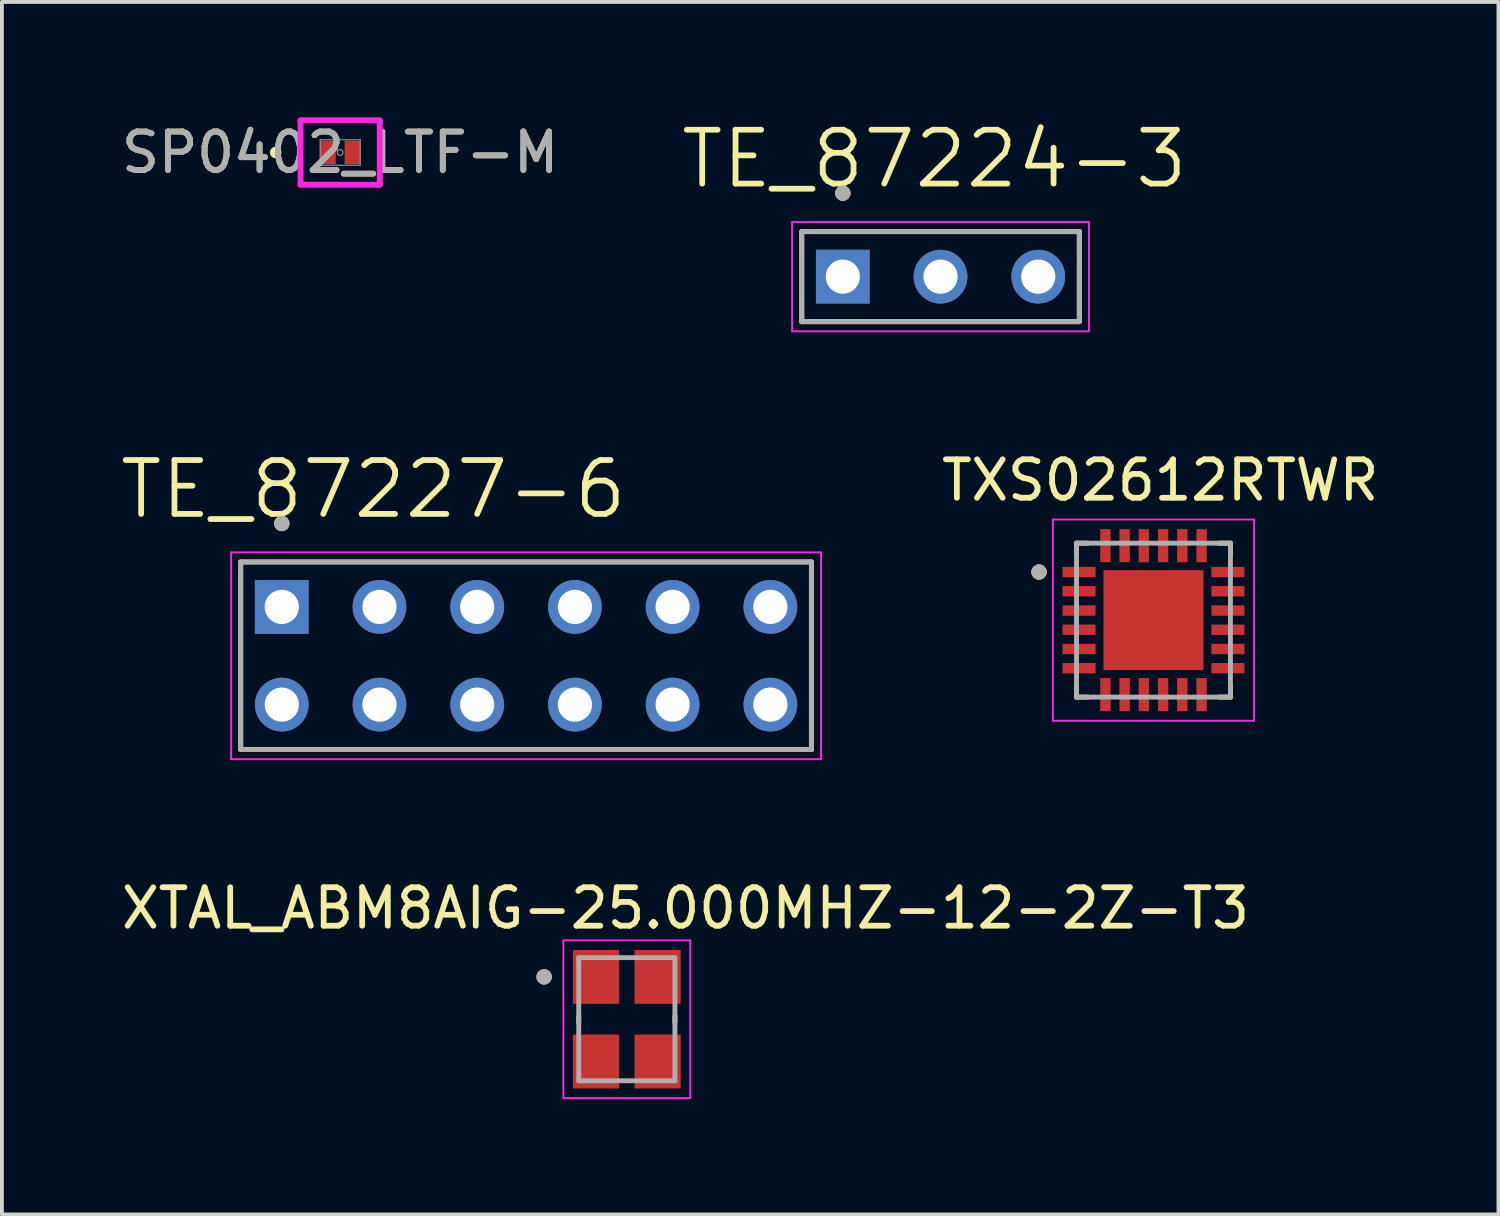
<source format=kicad_pcb>
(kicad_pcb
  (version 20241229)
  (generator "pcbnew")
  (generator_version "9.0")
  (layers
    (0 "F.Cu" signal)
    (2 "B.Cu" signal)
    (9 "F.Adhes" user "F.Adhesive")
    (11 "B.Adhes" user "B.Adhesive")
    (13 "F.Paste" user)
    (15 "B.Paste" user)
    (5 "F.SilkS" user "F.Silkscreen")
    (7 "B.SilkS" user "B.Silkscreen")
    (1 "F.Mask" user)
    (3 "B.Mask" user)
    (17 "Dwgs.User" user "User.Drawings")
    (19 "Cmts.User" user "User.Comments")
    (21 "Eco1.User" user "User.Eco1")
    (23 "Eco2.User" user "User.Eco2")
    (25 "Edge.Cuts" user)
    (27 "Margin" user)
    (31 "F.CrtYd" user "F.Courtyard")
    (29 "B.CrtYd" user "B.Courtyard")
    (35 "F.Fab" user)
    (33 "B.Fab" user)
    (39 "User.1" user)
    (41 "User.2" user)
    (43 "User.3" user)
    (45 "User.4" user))
  (footprint "TE_87227-6"
    (layer "F.Cu")
    (at 10.624 13.995)
    (property "Reference" "TE_87227-6" (at -3.972 -4.327 0) (layer "F.SilkS") (effects (font (size 1.4 1.4) (thickness 0.15))))
    (attr through_hole)
    (fp_line (start -7.417 -2.438) (end 7.417 -2.438) (stroke (width 0.127) (type solid)) (layer "F.SilkS"))
    (fp_line (start -7.417 2.438) (end -7.417 -2.438) (stroke (width 0.127) (type solid)) (layer "F.SilkS"))
    (fp_line (start 7.417 -2.438) (end 7.417 2.438) (stroke (width 0.127) (type solid)) (layer "F.SilkS"))
    (fp_line (start 7.417 2.438) (end -7.417 2.438) (stroke (width 0.127) (type solid)) (layer "F.SilkS"))
    (fp_circle (center -6.35 -3.438) (end -6.25 -3.438) (stroke (width 0.2) (type solid)) (fill no) (layer "F.SilkS"))
    (fp_line (start -7.667 -2.688) (end 7.667 -2.688) (stroke (width 0.05) (type solid)) (layer "F.CrtYd"))
    (fp_line (start -7.667 2.688) (end -7.667 -2.688) (stroke (width 0.05) (type solid)) (layer "F.CrtYd"))
    (fp_line (start 7.667 -2.688) (end 7.667 2.688) (stroke (width 0.05) (type solid)) (layer "F.CrtYd"))
    (fp_line (start 7.667 2.688) (end -7.667 2.688) (stroke (width 0.05) (type solid)) (layer "F.CrtYd"))
    (fp_line (start -7.417 -2.438) (end 7.417 -2.438) (stroke (width 0.127) (type solid)) (layer "F.Fab"))
    (fp_line (start -7.417 2.438) (end -7.417 -2.438) (stroke (width 0.127) (type solid)) (layer "F.Fab"))
    (fp_line (start 7.417 -2.438) (end 7.417 2.438) (stroke (width 0.127) (type solid)) (layer "F.Fab"))
    (fp_line (start 7.417 2.438) (end -7.417 2.438) (stroke (width 0.127) (type solid)) (layer "F.Fab"))
    (fp_circle (center -6.35 -3.438) (end -6.25 -3.438) (stroke (width 0.2) (type solid)) (fill no) (layer "F.Fab"))
    (pad "1" thru_hole rect (at -6.35 -1.27) (size 1.397 1.397) (drill 0.889) (layers "*.Cu" "*.Mask"))
    (pad "2" thru_hole circle (at -3.81 -1.27) (size 1.397 1.397) (drill 0.889) (layers "*.Cu" "*.Mask"))
    (pad "3" thru_hole circle (at -1.27 -1.27) (size 1.397 1.397) (drill 0.889) (layers "*.Cu" "*.Mask"))
    (pad "4" thru_hole circle (at 1.27 -1.27) (size 1.397 1.397) (drill 0.889) (layers "*.Cu" "*.Mask"))
    (pad "5" thru_hole circle (at 3.81 -1.27) (size 1.397 1.397) (drill 0.889) (layers "*.Cu" "*.Mask"))
    (pad "6" thru_hole circle (at 6.35 -1.27) (size 1.397 1.397) (drill 0.889) (layers "*.Cu" "*.Mask"))
    (pad "7" thru_hole circle (at -6.35 1.27) (size 1.397 1.397) (drill 0.889) (layers "*.Cu" "*.Mask"))
    (pad "8" thru_hole circle (at -3.81 1.27) (size 1.397 1.397) (drill 0.889) (layers "*.Cu" "*.Mask"))
    (pad "9" thru_hole circle (at -1.27 1.27) (size 1.397 1.397) (drill 0.889) (layers "*.Cu" "*.Mask"))
    (pad "10" thru_hole circle (at 1.27 1.27) (size 1.397 1.397) (drill 0.889) (layers "*.Cu" "*.Mask"))
    (pad "11" thru_hole circle (at 3.81 1.27) (size 1.397 1.397) (drill 0.889) (layers "*.Cu" "*.Mask"))
    (pad "12" thru_hole circle (at 6.35 1.27) (size 1.397 1.397) (drill 0.889) (layers "*.Cu" "*.Mask")))
  (footprint "SP0402_LTF-M"
    (layer "F.Cu")
    (at 5.792 0.914)
    (property "Reference" "SP0402_LTF-M" (at 0 0 0) (unlocked yes) (layer "F.SilkS") (effects (font (size 1 1) (thickness 0.15))))
    (attr smd)
    (fp_circle (center -1.676 0) (end -1.6 0) (stroke (width 0.152) (type solid)) (fill no) (layer "F.SilkS"))
    (fp_line (start -1.029 -0.838) (end 1.029 -0.838) (stroke (width 0.152) (type solid)) (layer "F.CrtYd"))
    (fp_line (start -1.029 -0.813) (end -1.029 -0.838) (stroke (width 0.152) (type solid)) (layer "F.CrtYd"))
    (fp_line (start -1.029 -0.813) (end -1.029 -0.813) (stroke (width 0.152) (type solid)) (layer "F.CrtYd"))
    (fp_line (start -1.029 0.813) (end -1.029 -0.813) (stroke (width 0.152) (type solid)) (layer "F.CrtYd"))
    (fp_line (start -1.029 0.813) (end -1.029 0.813) (stroke (width 0.152) (type solid)) (layer "F.CrtYd"))
    (fp_line (start -1.029 0.838) (end -1.029 0.813) (stroke (width 0.152) (type solid)) (layer "F.CrtYd"))
    (fp_line (start 1.029 -0.838) (end 1.029 -0.813) (stroke (width 0.152) (type solid)) (layer "F.CrtYd"))
    (fp_line (start 1.029 -0.813) (end 1.029 -0.813) (stroke (width 0.152) (type solid)) (layer "F.CrtYd"))
    (fp_line (start 1.029 -0.813) (end 1.029 0.813) (stroke (width 0.152) (type solid)) (layer "F.CrtYd"))
    (fp_line (start 1.029 0.813) (end 1.029 0.813) (stroke (width 0.152) (type solid)) (layer "F.CrtYd"))
    (fp_line (start 1.029 0.813) (end 1.029 0.838) (stroke (width 0.152) (type solid)) (layer "F.CrtYd"))
    (fp_line (start 1.029 0.838) (end -1.029 0.838) (stroke (width 0.152) (type solid)) (layer "F.CrtYd"))
    (fp_line (start -0.521 -0.33) (end -0.521 0.33) (stroke (width 0.025) (type solid)) (layer "F.Fab"))
    (fp_line (start -0.521 0.33) (end 0.521 0.33) (stroke (width 0.025) (type solid)) (layer "F.Fab"))
    (fp_line (start 0.521 -0.33) (end -0.521 -0.33) (stroke (width 0.025) (type solid)) (layer "F.Fab"))
    (fp_line (start 0.521 0.33) (end 0.521 -0.33) (stroke (width 0.025) (type solid)) (layer "F.Fab"))
    (fp_circle (center 0 0) (end 0.076 0) (stroke (width 0.025) (type solid)) (fill no) (layer "F.Fab"))
    (fp_text user "${REFERENCE}" (at 0 0 0) (unlocked yes) (layer "F.Fab") (effects (font (size 1 1) (thickness 0.15))))
    (pad "1" smd rect (at -0.318 0) (size 0.406 0.61) (layers "F.Cu" "F.Mask" "F.Paste"))
    (pad "2" smd rect (at 0.318 0) (size 0.406 0.61) (layers "F.Cu" "F.Mask" "F.Paste")))
  (footprint "TXS02612RTWR"
    (layer "F.Cu")
    (at 26.932 13.069)
    (property "Reference" "TXS02612RTWR" (at 0.175 -3.635 0) (layer "F.SilkS") (effects (font (size 1 1) (thickness 0.15))))
    (attr smd)
    (fp_line (start -2 -2) (end -2 -1.705) (stroke (width 0.127) (type solid)) (layer "F.SilkS"))
    (fp_line (start -2 -2) (end -1.705 -2) (stroke (width 0.127) (type solid)) (layer "F.SilkS"))
    (fp_line (start -2 2) (end -2 1.705) (stroke (width 0.127) (type solid)) (layer "F.SilkS"))
    (fp_line (start -2 2) (end -1.705 2) (stroke (width 0.127) (type solid)) (layer "F.SilkS"))
    (fp_line (start 2 -2) (end 1.705 -2) (stroke (width 0.127) (type solid)) (layer "F.SilkS"))
    (fp_line (start 2 -2) (end 2 -1.705) (stroke (width 0.127) (type solid)) (layer "F.SilkS"))
    (fp_line (start 2 2) (end 1.705 2) (stroke (width 0.127) (type solid)) (layer "F.SilkS"))
    (fp_line (start 2 2) (end 2 1.705) (stroke (width 0.127) (type solid)) (layer "F.SilkS"))
    (fp_circle (center -2.975 -1.25) (end -2.875 -1.25) (stroke (width 0.2) (type solid)) (fill no) (layer "F.SilkS"))
    (fp_poly (pts (xy -0.82 -0.82) (xy 0.82 -0.82) (xy 0.82 0.82) (xy -0.82 0.82)) (stroke (width 0.01) (type solid)) (fill yes) (layer "F.Paste"))
    (fp_line (start -2.615 -2.615) (end 2.615 -2.615) (stroke (width 0.05) (type solid)) (layer "F.CrtYd"))
    (fp_line (start -2.615 2.615) (end -2.615 -2.615) (stroke (width 0.05) (type solid)) (layer "F.CrtYd"))
    (fp_line (start -2.615 2.615) (end 2.615 2.615) (stroke (width 0.05) (type solid)) (layer "F.CrtYd"))
    (fp_line (start 2.615 2.615) (end 2.615 -2.615) (stroke (width 0.05) (type solid)) (layer "F.CrtYd"))
    (fp_line (start -2 2) (end -2 -2) (stroke (width 0.127) (type solid)) (layer "F.Fab"))
    (fp_line (start 2 -2) (end -2 -2) (stroke (width 0.127) (type solid)) (layer "F.Fab"))
    (fp_line (start 2 2) (end -2 2) (stroke (width 0.127) (type solid)) (layer "F.Fab"))
    (fp_line (start 2 2) (end 2 -2) (stroke (width 0.127) (type solid)) (layer "F.Fab"))
    (fp_circle (center -2.975 -1.25) (end -2.875 -1.25) (stroke (width 0.2) (type solid)) (fill no) (layer "F.Fab"))
    (pad "1" smd roundrect (at -1.935 -1.25) (size 0.86 0.27) (layers "F.Cu" "F.Mask" "F.Paste") (roundrect_rratio 0.03))
    (pad "2" smd roundrect (at -1.935 -0.75) (size 0.86 0.27) (layers "F.Cu" "F.Mask" "F.Paste") (roundrect_rratio 0.03))
    (pad "3" smd roundrect (at -1.935 -0.25) (size 0.86 0.27) (layers "F.Cu" "F.Mask" "F.Paste") (roundrect_rratio 0.03))
    (pad "4" smd roundrect (at -1.935 0.25) (size 0.86 0.27) (layers "F.Cu" "F.Mask" "F.Paste") (roundrect_rratio 0.03))
    (pad "5" smd roundrect (at -1.935 0.75) (size 0.86 0.27) (layers "F.Cu" "F.Mask" "F.Paste") (roundrect_rratio 0.03))
    (pad "6" smd roundrect (at -1.935 1.25) (size 0.86 0.27) (layers "F.Cu" "F.Mask" "F.Paste") (roundrect_rratio 0.03))
    (pad "7" smd roundrect (at -1.25 1.935 90) (size 0.86 0.27) (layers "F.Cu" "F.Mask" "F.Paste") (roundrect_rratio 0.03))
    (pad "8" smd roundrect (at -0.75 1.935 90) (size 0.86 0.27) (layers "F.Cu" "F.Mask" "F.Paste") (roundrect_rratio 0.03))
    (pad "9" smd roundrect (at -0.25 1.935 90) (size 0.86 0.27) (layers "F.Cu" "F.Mask" "F.Paste") (roundrect_rratio 0.03))
    (pad "10" smd roundrect (at 0.25 1.935 90) (size 0.86 0.27) (layers "F.Cu" "F.Mask" "F.Paste") (roundrect_rratio 0.03))
    (pad "11" smd roundrect (at 0.75 1.935 90) (size 0.86 0.27) (layers "F.Cu" "F.Mask" "F.Paste") (roundrect_rratio 0.03))
    (pad "12" smd roundrect (at 1.25 1.935 90) (size 0.86 0.27) (layers "F.Cu" "F.Mask" "F.Paste") (roundrect_rratio 0.03))
    (pad "13" smd roundrect (at 1.935 1.25) (size 0.86 0.27) (layers "F.Cu" "F.Mask" "F.Paste") (roundrect_rratio 0.03))
    (pad "14" smd roundrect (at 1.935 0.75) (size 0.86 0.27) (layers "F.Cu" "F.Mask" "F.Paste") (roundrect_rratio 0.03))
    (pad "15" smd roundrect (at 1.935 0.25) (size 0.86 0.27) (layers "F.Cu" "F.Mask" "F.Paste") (roundrect_rratio 0.03))
    (pad "16" smd roundrect (at 1.935 -0.25) (size 0.86 0.27) (layers "F.Cu" "F.Mask" "F.Paste") (roundrect_rratio 0.03))
    (pad "17" smd roundrect (at 1.935 -0.75) (size 0.86 0.27) (layers "F.Cu" "F.Mask" "F.Paste") (roundrect_rratio 0.03))
    (pad "18" smd roundrect (at 1.935 -1.25) (size 0.86 0.27) (layers "F.Cu" "F.Mask" "F.Paste") (roundrect_rratio 0.03))
    (pad "19" smd roundrect (at 1.25 -1.935 90) (size 0.86 0.27) (layers "F.Cu" "F.Mask" "F.Paste") (roundrect_rratio 0.03))
    (pad "20" smd roundrect (at 0.75 -1.935 90) (size 0.86 0.27) (layers "F.Cu" "F.Mask" "F.Paste") (roundrect_rratio 0.03))
    (pad "21" smd roundrect (at 0.25 -1.935 90) (size 0.86 0.27) (layers "F.Cu" "F.Mask" "F.Paste") (roundrect_rratio 0.03))
    (pad "22" smd roundrect (at -0.25 -1.935 90) (size 0.86 0.27) (layers "F.Cu" "F.Mask" "F.Paste") (roundrect_rratio 0.03))
    (pad "23" smd roundrect (at -0.75 -1.935 90) (size 0.86 0.27) (layers "F.Cu" "F.Mask" "F.Paste") (roundrect_rratio 0.03))
    (pad "24" smd roundrect (at -1.25 -1.935 90) (size 0.86 0.27) (layers "F.Cu" "F.Mask" "F.Paste") (roundrect_rratio 0.03))
    (pad "25" smd rect (at 0 0) (size 2.6 2.6) (layers "F.Cu" "F.Mask")))
  (footprint "TE_87224-3"
    (layer "F.Cu")
    (at 21.397 4.141)
    (property "Reference" "TE_87224-3" (at -0.162 -3.059 0) (layer "F.SilkS") (effects (font (size 1.4 1.4) (thickness 0.15))))
    (attr through_hole)
    (fp_line (start -3.607 -1.17) (end 3.607 -1.17) (stroke (width 0.127) (type solid)) (layer "F.SilkS"))
    (fp_line (start -3.607 1.17) (end -3.607 -1.17) (stroke (width 0.127) (type solid)) (layer "F.SilkS"))
    (fp_line (start 3.607 -1.17) (end 3.607 1.17) (stroke (width 0.127) (type solid)) (layer "F.SilkS"))
    (fp_line (start 3.607 1.17) (end -3.607 1.17) (stroke (width 0.127) (type solid)) (layer "F.SilkS"))
    (fp_circle (center -2.54 -2.17) (end -2.44 -2.17) (stroke (width 0.2) (type solid)) (fill no) (layer "F.SilkS"))
    (fp_line (start -3.857 -1.42) (end 3.857 -1.42) (stroke (width 0.05) (type solid)) (layer "F.CrtYd"))
    (fp_line (start -3.857 1.42) (end -3.857 -1.42) (stroke (width 0.05) (type solid)) (layer "F.CrtYd"))
    (fp_line (start 3.857 -1.42) (end 3.857 1.42) (stroke (width 0.05) (type solid)) (layer "F.CrtYd"))
    (fp_line (start 3.857 1.42) (end -3.857 1.42) (stroke (width 0.05) (type solid)) (layer "F.CrtYd"))
    (fp_line (start -3.607 -1.17) (end 3.607 -1.17) (stroke (width 0.127) (type solid)) (layer "F.Fab"))
    (fp_line (start -3.607 1.17) (end -3.607 -1.17) (stroke (width 0.127) (type solid)) (layer "F.Fab"))
    (fp_line (start 3.607 -1.17) (end 3.607 1.17) (stroke (width 0.127) (type solid)) (layer "F.Fab"))
    (fp_line (start 3.607 1.17) (end -3.607 1.17) (stroke (width 0.127) (type solid)) (layer "F.Fab"))
    (fp_circle (center -2.54 -2.17) (end -2.44 -2.17) (stroke (width 0.2) (type solid)) (fill no) (layer "F.Fab"))
    (pad "1" thru_hole rect (at -2.54 0) (size 1.397 1.397) (drill 0.889) (layers "*.Cu" "*.Mask"))
    (pad "2" thru_hole circle (at 0 0) (size 1.397 1.397) (drill 0.889) (layers "*.Cu" "*.Mask"))
    (pad "3" thru_hole circle (at 2.54 0) (size 1.397 1.397) (drill 0.889) (layers "*.Cu" "*.Mask")))
  (footprint "XTAL_ABM8AIG-25.000MHZ-12-2Z-T3"
    (layer "F.Cu")
    (at 13.243 23.442)
    (property "Reference" "XTAL_ABM8AIG-25.000MHZ-12-2Z-T3" (at 1.525 -2.885 0) (layer "F.SilkS") (effects (font (size 1 1) (thickness 0.15))))
    (attr smd)
    (fp_line (start -1.25 -0.08) (end -1.25 0.08) (stroke (width 0.127) (type solid)) (layer "F.SilkS"))
    (fp_line (start 1.25 -0.08) (end 1.25 0.08) (stroke (width 0.127) (type solid)) (layer "F.SilkS"))
    (fp_circle (center -2.15 -1.1) (end -2.05 -1.1) (stroke (width 0.2) (type solid)) (fill no) (layer "F.SilkS"))
    (fp_line (start -1.65 -2.05) (end -1.65 2.05) (stroke (width 0.05) (type solid)) (layer "F.CrtYd"))
    (fp_line (start -1.65 -2.05) (end 1.65 -2.05) (stroke (width 0.05) (type solid)) (layer "F.CrtYd"))
    (fp_line (start 1.65 -2.05) (end 1.65 2.05) (stroke (width 0.05) (type solid)) (layer "F.CrtYd"))
    (fp_line (start 1.65 2.05) (end -1.65 2.05) (stroke (width 0.05) (type solid)) (layer "F.CrtYd"))
    (fp_line (start -1.25 -1.6) (end -1.25 1.6) (stroke (width 0.127) (type solid)) (layer "F.Fab"))
    (fp_line (start -1.25 -1.6) (end 1.25 -1.6) (stroke (width 0.127) (type solid)) (layer "F.Fab"))
    (fp_line (start 1.25 -1.6) (end 1.25 1.6) (stroke (width 0.127) (type solid)) (layer "F.Fab"))
    (fp_line (start 1.25 1.6) (end -1.25 1.6) (stroke (width 0.127) (type solid)) (layer "F.Fab"))
    (fp_circle (center -2.15 -1.1) (end -2.05 -1.1) (stroke (width 0.2) (type solid)) (fill no) (layer "F.Fab"))
    (pad "1" smd rect (at -0.8 -1.1) (size 1.2 1.4) (layers "F.Cu" "F.Mask" "F.Paste"))
    (pad "2" smd rect (at -0.8 1.1) (size 1.2 1.4) (layers "F.Cu" "F.Mask" "F.Paste"))
    (pad "3" smd rect (at 0.8 1.1) (size 1.2 1.4) (layers "F.Cu" "F.Mask" "F.Paste"))
    (pad "4" smd rect (at 0.8 -1.1) (size 1.2 1.4) (layers "F.Cu" "F.Mask" "F.Paste")))
  (gr_rect
    (start -3 -3)
    (end 35.899 28.517)
    (stroke (width 0.1) (type default))
    (fill no)
    (layer "Edge.Cuts")))
</source>
